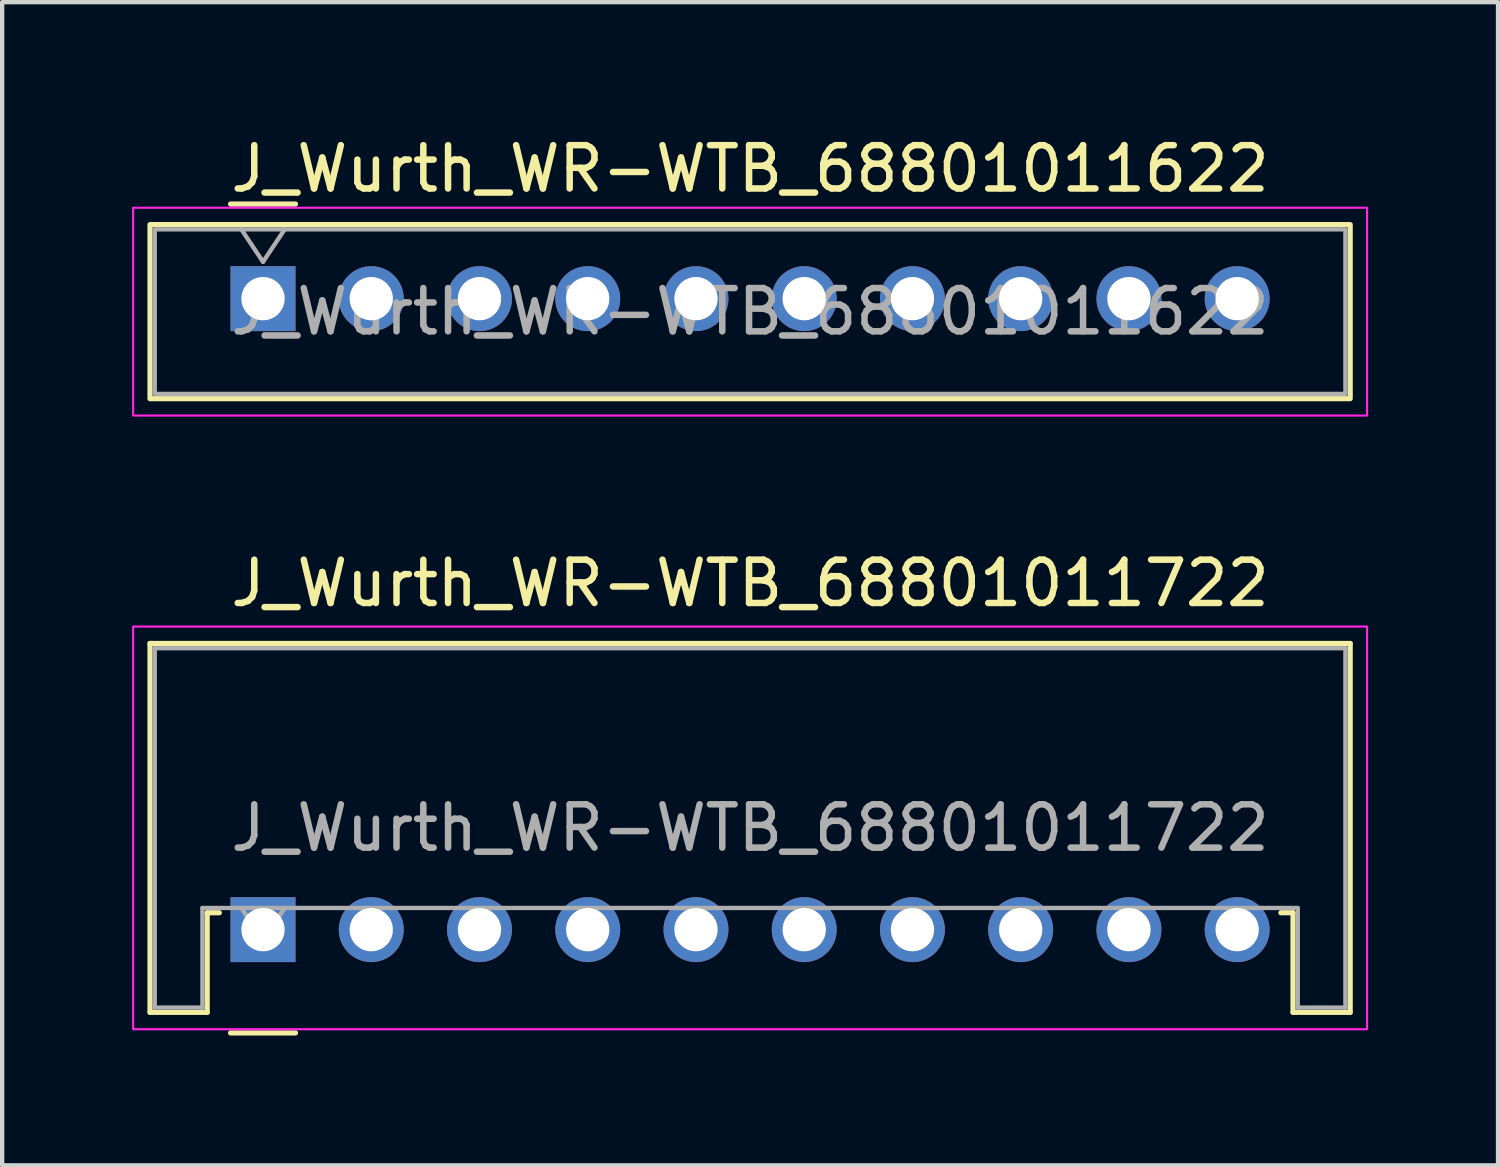
<source format=kicad_pcb>
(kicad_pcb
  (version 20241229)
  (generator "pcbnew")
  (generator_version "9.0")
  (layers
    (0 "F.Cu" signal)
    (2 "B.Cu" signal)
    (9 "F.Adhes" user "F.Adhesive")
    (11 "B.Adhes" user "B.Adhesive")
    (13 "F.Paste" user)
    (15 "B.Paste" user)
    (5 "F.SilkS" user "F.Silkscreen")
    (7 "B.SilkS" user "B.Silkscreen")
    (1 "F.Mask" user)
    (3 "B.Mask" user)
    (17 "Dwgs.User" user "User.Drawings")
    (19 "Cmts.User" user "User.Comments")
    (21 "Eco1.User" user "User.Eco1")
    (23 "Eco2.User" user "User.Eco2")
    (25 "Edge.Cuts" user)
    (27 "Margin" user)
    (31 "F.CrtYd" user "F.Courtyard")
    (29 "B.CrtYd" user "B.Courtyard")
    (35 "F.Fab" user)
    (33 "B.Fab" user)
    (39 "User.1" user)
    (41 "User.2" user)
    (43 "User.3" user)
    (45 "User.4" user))
  (footprint "J_Wurth_WR-WTB_68801011622"
    (layer "F.Cu")
    (at 3.025 3.848)
    (property "Reference" "J_Wurth_WR-WTB_68801011622" (at 11.25 -3 0) (unlocked yes) (layer "F.SilkS") (effects (font (size 1 1) (thickness 0.15))))
    (attr through_hole)
    (fp_line (start -0.75 -2.185) (end 0.75 -2.185) (stroke (width 0.12) (type solid)) (layer "F.SilkS"))
    (fp_rect (start -2.61 2.31) (end 25.11 -1.71) (stroke (width 0.12) (type solid)) (fill no) (layer "F.SilkS"))
    (fp_rect (start -3 2.7) (end 25.5 -2.1) (stroke (width 0.05) (type solid)) (fill no) (layer "F.CrtYd"))
    (fp_line (start 0 -0.85) (end -0.5 -1.6) (stroke (width 0.1) (type solid)) (layer "F.Fab"))
    (fp_line (start 0 -0.85) (end 0.5 -1.6) (stroke (width 0.1) (type solid)) (layer "F.Fab"))
    (fp_rect (start -2.5 2.2) (end 25 -1.6) (stroke (width 0.1) (type solid)) (fill no) (layer "F.Fab"))
    (fp_text user "${REFERENCE}" (at 11.25 0.3 0) (unlocked yes) (layer "F.Fab") (effects (font (size 1 1) (thickness 0.15))))
    (pad "1" thru_hole rect (at 0 0 180) (size 1.5 1.5) (drill 1) (layers "*.Cu" "*.Mask"))
    (pad "2" thru_hole circle (at 2.5 0 180) (size 1.5 1.5) (drill 1) (layers "*.Cu" "*.Mask"))
    (pad "3" thru_hole circle (at 5 0 180) (size 1.5 1.5) (drill 1) (layers "*.Cu" "*.Mask"))
    (pad "4" thru_hole circle (at 7.5 0 180) (size 1.5 1.5) (drill 1) (layers "*.Cu" "*.Mask"))
    (pad "5" thru_hole circle (at 10 0 180) (size 1.5 1.5) (drill 1) (layers "*.Cu" "*.Mask"))
    (pad "6" thru_hole circle (at 12.5 0 180) (size 1.5 1.5) (drill 1) (layers "*.Cu" "*.Mask"))
    (pad "7" thru_hole circle (at 15 0 180) (size 1.5 1.5) (drill 1) (layers "*.Cu" "*.Mask"))
    (pad "8" thru_hole circle (at 17.5 0 180) (size 1.5 1.5) (drill 1) (layers "*.Cu" "*.Mask"))
    (pad "9" thru_hole circle (at 20 0 180) (size 1.5 1.5) (drill 1) (layers "*.Cu" "*.Mask"))
    (pad "10" thru_hole circle (at 22.5 0 180) (size 1.5 1.5) (drill 1) (layers "*.Cu" "*.Mask")))
  (footprint "J_Wurth_WR-WTB_68801011722"
    (layer "F.Cu")
    (at 3.025 18.422)
    (property "Reference" "J_Wurth_WR-WTB_68801011722" (at 11.25 -8 0) (unlocked yes) (layer "F.SilkS") (effects (font (size 1 1) (thickness 0.15))))
    (attr through_hole)
    (fp_line (start -2.61 -6.61) (end 25.11 -6.61) (stroke (width 0.12) (type default)) (layer "F.SilkS"))
    (fp_line (start -2.61 1.91) (end -2.61 -6.61) (stroke (width 0.12) (type default)) (layer "F.SilkS"))
    (fp_line (start -2.61 1.91) (end -1.29 1.91) (stroke (width 0.12) (type solid)) (layer "F.SilkS"))
    (fp_line (start -1.29 1.91) (end -1.29 -0.39) (stroke (width 0.12) (type solid)) (layer "F.SilkS"))
    (fp_line (start -1.01 -0.39) (end -1.29 -0.39) (stroke (width 0.12) (type solid)) (layer "F.SilkS"))
    (fp_line (start 0.75 2.385) (end -0.75 2.385) (stroke (width 0.12) (type solid)) (layer "F.SilkS"))
    (fp_line (start 23.79 -0.39) (end 23.51 -0.39) (stroke (width 0.12) (type solid)) (layer "F.SilkS"))
    (fp_line (start 23.79 1.91) (end 23.79 -0.39) (stroke (width 0.12) (type solid)) (layer "F.SilkS"))
    (fp_line (start 25.11 -6.61) (end 25.11 1.91) (stroke (width 0.12) (type default)) (layer "F.SilkS"))
    (fp_line (start 25.11 1.91) (end 23.79 1.91) (stroke (width 0.12) (type solid)) (layer "F.SilkS"))
    (fp_rect (start -3 -7) (end 25.5 2.3) (stroke (width 0.05) (type solid)) (fill no) (layer "F.CrtYd"))
    (fp_line (start -2.5 -6.5) (end 25 -6.5) (stroke (width 0.1) (type default)) (layer "F.Fab"))
    (fp_line (start -2.5 1.8) (end -2.5 -6.5) (stroke (width 0.1) (type default)) (layer "F.Fab"))
    (fp_line (start -2.5 1.8) (end -1.4 1.8) (stroke (width 0.1) (type solid)) (layer "F.Fab"))
    (fp_line (start -1.4 -0.5) (end 23.9 -0.5) (stroke (width 0.1) (type default)) (layer "F.Fab"))
    (fp_line (start -1.4 1.8) (end -1.4 -0.5) (stroke (width 0.1) (type solid)) (layer "F.Fab"))
    (fp_line (start 0 0.25) (end -0.5 -0.5) (stroke (width 0.1) (type solid)) (layer "F.Fab"))
    (fp_line (start 0 0.25) (end 0.5 -0.5) (stroke (width 0.1) (type solid)) (layer "F.Fab"))
    (fp_line (start 23.9 1.8) (end 23.9 -0.5) (stroke (width 0.1) (type solid)) (layer "F.Fab"))
    (fp_line (start 25 -6.5) (end 25 1.8) (stroke (width 0.1) (type default)) (layer "F.Fab"))
    (fp_line (start 25 1.8) (end 23.9 1.8) (stroke (width 0.1) (type solid)) (layer "F.Fab"))
    (fp_text user "${REFERENCE}" (at 11.25 -2.35 0) (unlocked yes) (layer "F.Fab") (effects (font (size 1 1) (thickness 0.15))))
    (pad "1" thru_hole rect (at 0 0 180) (size 1.5 1.5) (drill 1) (layers "*.Cu" "*.Mask"))
    (pad "2" thru_hole circle (at 2.5 0 180) (size 1.5 1.5) (drill 1) (layers "*.Cu" "*.Mask"))
    (pad "3" thru_hole circle (at 5 0 180) (size 1.5 1.5) (drill 1) (layers "*.Cu" "*.Mask"))
    (pad "4" thru_hole circle (at 7.5 0 180) (size 1.5 1.5) (drill 1) (layers "*.Cu" "*.Mask"))
    (pad "5" thru_hole circle (at 10 0 180) (size 1.5 1.5) (drill 1) (layers "*.Cu" "*.Mask"))
    (pad "6" thru_hole circle (at 12.5 0 180) (size 1.5 1.5) (drill 1) (layers "*.Cu" "*.Mask"))
    (pad "7" thru_hole circle (at 15 0 180) (size 1.5 1.5) (drill 1) (layers "*.Cu" "*.Mask"))
    (pad "8" thru_hole circle (at 17.5 0 180) (size 1.5 1.5) (drill 1) (layers "*.Cu" "*.Mask"))
    (pad "9" thru_hole circle (at 20 0 180) (size 1.5 1.5) (drill 1) (layers "*.Cu" "*.Mask"))
    (pad "10" thru_hole circle (at 22.5 0 180) (size 1.5 1.5) (drill 1) (layers "*.Cu" "*.Mask")))
  (gr_rect
    (start -3 -3)
    (end 31.55 23.866)
    (stroke (width 0.1) (type default))
    (fill no)
    (layer "Edge.Cuts")))
</source>
